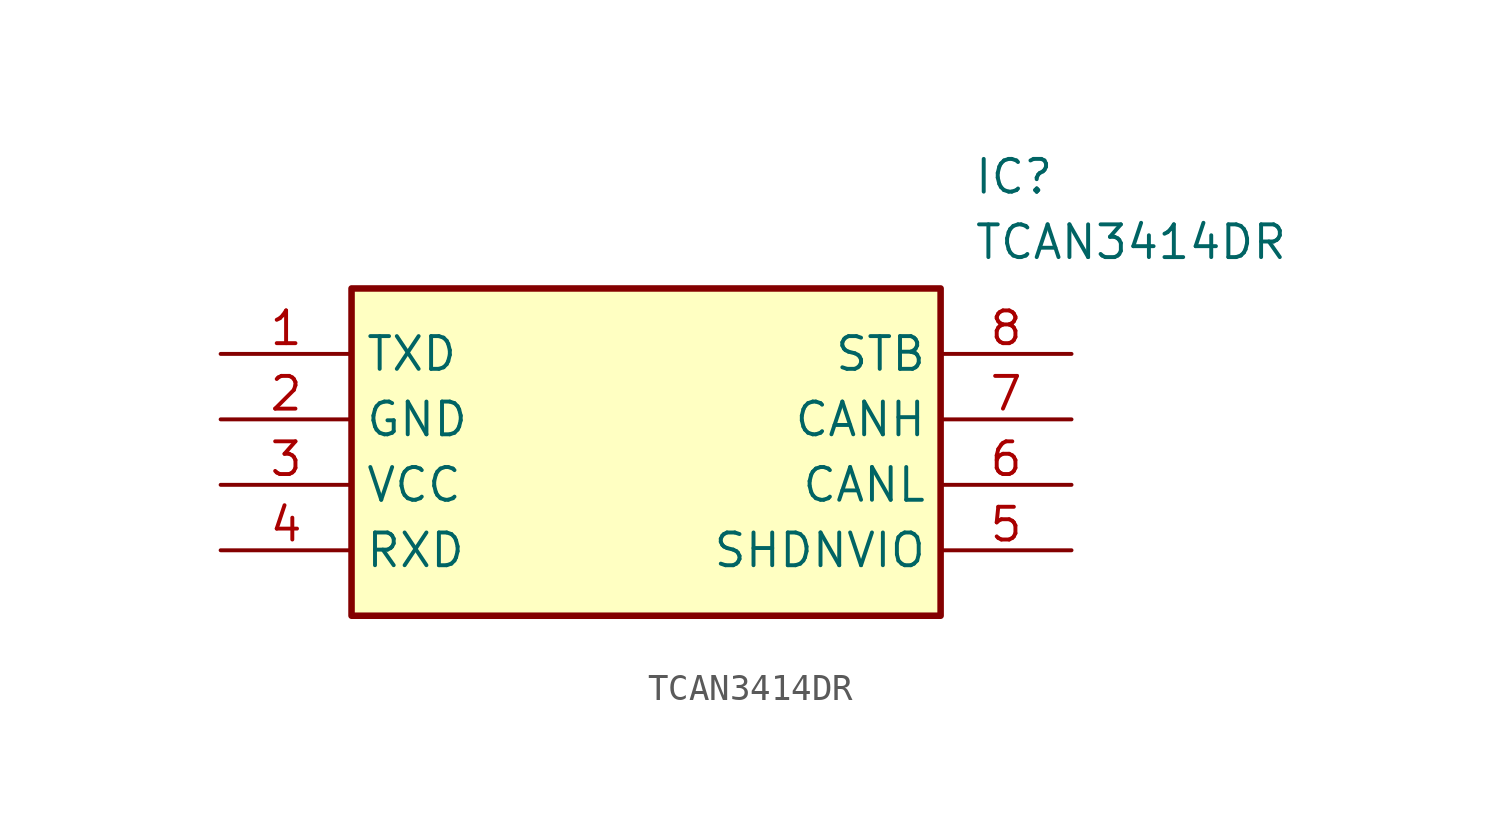
<source format=kicad_sym>
(kicad_symbol_lib
  (version 20211014)
  (generator SamacSys_ECAD_Model)
  (symbol "TCAN3414DR"
    (property "Reference" "IC"
      (at 29.21 7.62 0)
      (effects (font (size 1.27 1.27)) (justify left top)))
    (property "Value" "TCAN3414DR"
      (at 29.21 5.08 0)
      (effects (font (size 1.27 1.27)) (justify left top)))
    (rectangle
      (start 5.08 2.54)
      (end 27.94 -10.16)
      (stroke (width 0.254) (type default))
      (fill (type background)))
    (pin passive line
      (at 0 0 0)
      (length 5.08)
      (name "TXD" (effects (font (size 1.27 1.27))))
      (number "1" (effects (font (size 1.27 1.27)))))
    (pin passive line
      (at 0 -2.54 0)
      (length 5.08)
      (name "GND" (effects (font (size 1.27 1.27))))
      (number "2" (effects (font (size 1.27 1.27)))))
    (pin passive line
      (at 0 -5.08 0)
      (length 5.08)
      (name "VCC" (effects (font (size 1.27 1.27))))
      (number "3" (effects (font (size 1.27 1.27)))))
    (pin passive line
      (at 0 -7.62 0)
      (length 5.08)
      (name "RXD" (effects (font (size 1.27 1.27))))
      (number "4" (effects (font (size 1.27 1.27)))))
    (pin passive line
      (at 33.02 0 180)
      (length 5.08)
      (name "STB" (effects (font (size 1.27 1.27))))
      (number "8" (effects (font (size 1.27 1.27)))))
    (pin passive line
      (at 33.02 -2.54 180)
      (length 5.08)
      (name "CANH" (effects (font (size 1.27 1.27))))
      (number "7" (effects (font (size 1.27 1.27)))))
    (pin passive line
      (at 33.02 -5.08 180)
      (length 5.08)
      (name "CANL" (effects (font (size 1.27 1.27))))
      (number "6" (effects (font (size 1.27 1.27)))))
    (pin passive line
      (at 33.02 -7.62 180)
      (length 5.08)
      (name "SHDNVIO" (effects (font (size 1.27 1.27))))
      (number "5" (effects (font (size 1.27 1.27)))))))
</source>
